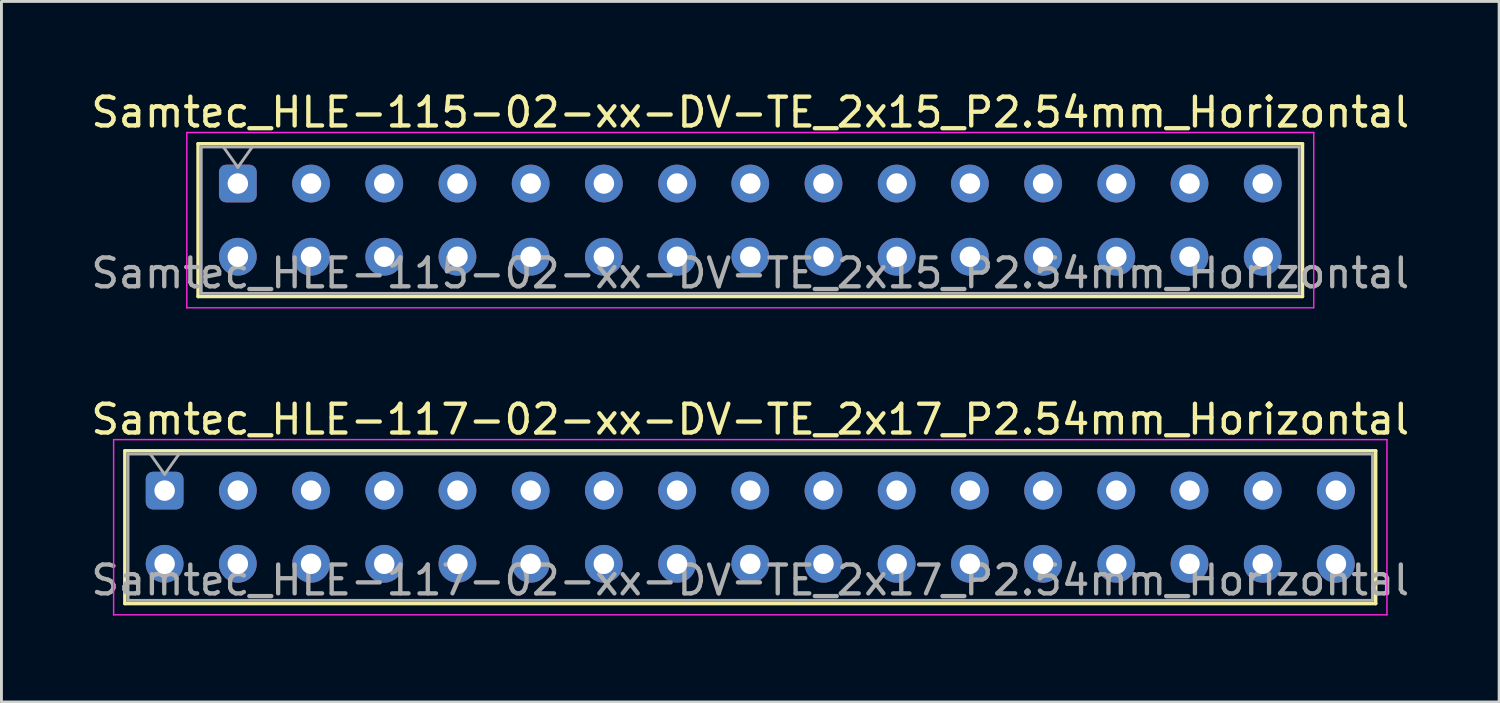
<source format=kicad_pcb>
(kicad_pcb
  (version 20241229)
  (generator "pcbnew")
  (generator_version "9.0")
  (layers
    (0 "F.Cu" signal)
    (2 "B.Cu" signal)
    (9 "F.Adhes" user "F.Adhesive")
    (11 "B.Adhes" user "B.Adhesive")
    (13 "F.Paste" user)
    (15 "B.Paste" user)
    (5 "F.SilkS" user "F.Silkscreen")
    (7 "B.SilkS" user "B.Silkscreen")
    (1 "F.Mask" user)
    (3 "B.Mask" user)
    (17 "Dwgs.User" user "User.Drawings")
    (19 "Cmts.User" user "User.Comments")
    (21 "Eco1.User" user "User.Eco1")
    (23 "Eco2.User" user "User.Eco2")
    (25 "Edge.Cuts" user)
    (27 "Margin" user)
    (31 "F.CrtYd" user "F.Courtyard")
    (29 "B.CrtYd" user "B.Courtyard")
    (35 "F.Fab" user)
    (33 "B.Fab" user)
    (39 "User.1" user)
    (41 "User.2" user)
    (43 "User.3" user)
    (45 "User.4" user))
  (footprint "Samtec_HLE-117-02-xx-DV-TE_2x17_P2.54mm_Horizontal"
    (layer "F.Cu")
    (at 2.662 13.972)
    (property "Reference" "Samtec_HLE-117-02-xx-DV-TE_2x17_P2.54mm_Horizontal" (at 20.32 -2.47 0) (layer "F.SilkS") (effects (font (size 1 1) (thickness 0.15))))
    (attr through_hole)
    (fp_line (start -1.38 -1.38) (end 42.02 -1.38) (stroke (width 0.12) (type solid)) (layer "F.SilkS"))
    (fp_line (start -1.38 3.92) (end -1.38 -1.38) (stroke (width 0.12) (type solid)) (layer "F.SilkS"))
    (fp_line (start 42.02 -1.38) (end 42.02 3.92) (stroke (width 0.12) (type solid)) (layer "F.SilkS"))
    (fp_line (start 42.02 3.92) (end -1.38 3.92) (stroke (width 0.12) (type solid)) (layer "F.SilkS"))
    (fp_line (start -1.77 -1.77) (end 42.41 -1.77) (stroke (width 0.05) (type solid)) (layer "F.CrtYd"))
    (fp_line (start -1.77 4.31) (end -1.77 -1.77) (stroke (width 0.05) (type solid)) (layer "F.CrtYd"))
    (fp_line (start 42.41 -1.77) (end 42.41 4.31) (stroke (width 0.05) (type solid)) (layer "F.CrtYd"))
    (fp_line (start 42.41 4.31) (end -1.77 4.31) (stroke (width 0.05) (type solid)) (layer "F.CrtYd"))
    (fp_line (start -1.27 -1.27) (end 41.91 -1.27) (stroke (width 0.1) (type solid)) (layer "F.Fab"))
    (fp_line (start -1.27 3.81) (end -1.27 -1.27) (stroke (width 0.1) (type solid)) (layer "F.Fab"))
    (fp_line (start -0.5 -1.27) (end 0 -0.563) (stroke (width 0.1) (type solid)) (layer "F.Fab"))
    (fp_line (start 0 -0.563) (end 0.5 -1.27) (stroke (width 0.1) (type solid)) (layer "F.Fab"))
    (fp_line (start 41.91 -1.27) (end 41.91 3.81) (stroke (width 0.1) (type solid)) (layer "F.Fab"))
    (fp_line (start 41.91 3.81) (end -1.27 3.81) (stroke (width 0.1) (type solid)) (layer "F.Fab"))
    (fp_text user "${REFERENCE}" (at 20.32 3.11 0) (layer "F.Fab") (effects (font (size 1 1) (thickness 0.15))))
    (pad "1" thru_hole roundrect (at 0 0) (size 1.31 1.31) (drill 0.71) (layers "*.Cu" "*.Mask") (roundrect_rratio 0.191))
    (pad "2" thru_hole circle (at 0 2.54) (size 1.31 1.31) (drill 0.71) (layers "*.Cu" "*.Mask"))
    (pad "3" thru_hole circle (at 2.54 0) (size 1.31 1.31) (drill 0.71) (layers "*.Cu" "*.Mask"))
    (pad "4" thru_hole circle (at 2.54 2.54) (size 1.31 1.31) (drill 0.71) (layers "*.Cu" "*.Mask"))
    (pad "5" thru_hole circle (at 5.08 0) (size 1.31 1.31) (drill 0.71) (layers "*.Cu" "*.Mask"))
    (pad "6" thru_hole circle (at 5.08 2.54) (size 1.31 1.31) (drill 0.71) (layers "*.Cu" "*.Mask"))
    (pad "7" thru_hole circle (at 7.62 0) (size 1.31 1.31) (drill 0.71) (layers "*.Cu" "*.Mask"))
    (pad "8" thru_hole circle (at 7.62 2.54) (size 1.31 1.31) (drill 0.71) (layers "*.Cu" "*.Mask"))
    (pad "9" thru_hole circle (at 10.16 0) (size 1.31 1.31) (drill 0.71) (layers "*.Cu" "*.Mask"))
    (pad "10" thru_hole circle (at 10.16 2.54) (size 1.31 1.31) (drill 0.71) (layers "*.Cu" "*.Mask"))
    (pad "11" thru_hole circle (at 12.7 0) (size 1.31 1.31) (drill 0.71) (layers "*.Cu" "*.Mask"))
    (pad "12" thru_hole circle (at 12.7 2.54) (size 1.31 1.31) (drill 0.71) (layers "*.Cu" "*.Mask"))
    (pad "13" thru_hole circle (at 15.24 0) (size 1.31 1.31) (drill 0.71) (layers "*.Cu" "*.Mask"))
    (pad "14" thru_hole circle (at 15.24 2.54) (size 1.31 1.31) (drill 0.71) (layers "*.Cu" "*.Mask"))
    (pad "15" thru_hole circle (at 17.78 0) (size 1.31 1.31) (drill 0.71) (layers "*.Cu" "*.Mask"))
    (pad "16" thru_hole circle (at 17.78 2.54) (size 1.31 1.31) (drill 0.71) (layers "*.Cu" "*.Mask"))
    (pad "17" thru_hole circle (at 20.32 0) (size 1.31 1.31) (drill 0.71) (layers "*.Cu" "*.Mask"))
    (pad "18" thru_hole circle (at 20.32 2.54) (size 1.31 1.31) (drill 0.71) (layers "*.Cu" "*.Mask"))
    (pad "19" thru_hole circle (at 22.86 0) (size 1.31 1.31) (drill 0.71) (layers "*.Cu" "*.Mask"))
    (pad "20" thru_hole circle (at 22.86 2.54) (size 1.31 1.31) (drill 0.71) (layers "*.Cu" "*.Mask"))
    (pad "21" thru_hole circle (at 25.4 0) (size 1.31 1.31) (drill 0.71) (layers "*.Cu" "*.Mask"))
    (pad "22" thru_hole circle (at 25.4 2.54) (size 1.31 1.31) (drill 0.71) (layers "*.Cu" "*.Mask"))
    (pad "23" thru_hole circle (at 27.94 0) (size 1.31 1.31) (drill 0.71) (layers "*.Cu" "*.Mask"))
    (pad "24" thru_hole circle (at 27.94 2.54) (size 1.31 1.31) (drill 0.71) (layers "*.Cu" "*.Mask"))
    (pad "25" thru_hole circle (at 30.48 0) (size 1.31 1.31) (drill 0.71) (layers "*.Cu" "*.Mask"))
    (pad "26" thru_hole circle (at 30.48 2.54) (size 1.31 1.31) (drill 0.71) (layers "*.Cu" "*.Mask"))
    (pad "27" thru_hole circle (at 33.02 0) (size 1.31 1.31) (drill 0.71) (layers "*.Cu" "*.Mask"))
    (pad "28" thru_hole circle (at 33.02 2.54) (size 1.31 1.31) (drill 0.71) (layers "*.Cu" "*.Mask"))
    (pad "29" thru_hole circle (at 35.56 0) (size 1.31 1.31) (drill 0.71) (layers "*.Cu" "*.Mask"))
    (pad "30" thru_hole circle (at 35.56 2.54) (size 1.31 1.31) (drill 0.71) (layers "*.Cu" "*.Mask"))
    (pad "31" thru_hole circle (at 38.1 0) (size 1.31 1.31) (drill 0.71) (layers "*.Cu" "*.Mask"))
    (pad "32" thru_hole circle (at 38.1 2.54) (size 1.31 1.31) (drill 0.71) (layers "*.Cu" "*.Mask"))
    (pad "33" thru_hole circle (at 40.64 0) (size 1.31 1.31) (drill 0.71) (layers "*.Cu" "*.Mask"))
    (pad "34" thru_hole circle (at 40.64 2.54) (size 1.31 1.31) (drill 0.71) (layers "*.Cu" "*.Mask")))
  (footprint "Samtec_HLE-115-02-xx-DV-TE_2x15_P2.54mm_Horizontal"
    (layer "F.Cu")
    (at 5.202 3.318)
    (property "Reference" "Samtec_HLE-115-02-xx-DV-TE_2x15_P2.54mm_Horizontal" (at 17.78 -2.47 0) (layer "F.SilkS") (effects (font (size 1 1) (thickness 0.15))))
    (attr through_hole)
    (fp_line (start -1.38 -1.38) (end 36.94 -1.38) (stroke (width 0.12) (type solid)) (layer "F.SilkS"))
    (fp_line (start -1.38 3.92) (end -1.38 -1.38) (stroke (width 0.12) (type solid)) (layer "F.SilkS"))
    (fp_line (start 36.94 -1.38) (end 36.94 3.92) (stroke (width 0.12) (type solid)) (layer "F.SilkS"))
    (fp_line (start 36.94 3.92) (end -1.38 3.92) (stroke (width 0.12) (type solid)) (layer "F.SilkS"))
    (fp_line (start -1.77 -1.77) (end 37.33 -1.77) (stroke (width 0.05) (type solid)) (layer "F.CrtYd"))
    (fp_line (start -1.77 4.31) (end -1.77 -1.77) (stroke (width 0.05) (type solid)) (layer "F.CrtYd"))
    (fp_line (start 37.33 -1.77) (end 37.33 4.31) (stroke (width 0.05) (type solid)) (layer "F.CrtYd"))
    (fp_line (start 37.33 4.31) (end -1.77 4.31) (stroke (width 0.05) (type solid)) (layer "F.CrtYd"))
    (fp_line (start -1.27 -1.27) (end 36.83 -1.27) (stroke (width 0.1) (type solid)) (layer "F.Fab"))
    (fp_line (start -1.27 3.81) (end -1.27 -1.27) (stroke (width 0.1) (type solid)) (layer "F.Fab"))
    (fp_line (start -0.5 -1.27) (end 0 -0.563) (stroke (width 0.1) (type solid)) (layer "F.Fab"))
    (fp_line (start 0 -0.563) (end 0.5 -1.27) (stroke (width 0.1) (type solid)) (layer "F.Fab"))
    (fp_line (start 36.83 -1.27) (end 36.83 3.81) (stroke (width 0.1) (type solid)) (layer "F.Fab"))
    (fp_line (start 36.83 3.81) (end -1.27 3.81) (stroke (width 0.1) (type solid)) (layer "F.Fab"))
    (fp_text user "${REFERENCE}" (at 17.78 3.11 0) (layer "F.Fab") (effects (font (size 1 1) (thickness 0.15))))
    (pad "1" thru_hole roundrect (at 0 0) (size 1.31 1.31) (drill 0.71) (layers "*.Cu" "*.Mask") (roundrect_rratio 0.191))
    (pad "2" thru_hole circle (at 0 2.54) (size 1.31 1.31) (drill 0.71) (layers "*.Cu" "*.Mask"))
    (pad "3" thru_hole circle (at 2.54 0) (size 1.31 1.31) (drill 0.71) (layers "*.Cu" "*.Mask"))
    (pad "4" thru_hole circle (at 2.54 2.54) (size 1.31 1.31) (drill 0.71) (layers "*.Cu" "*.Mask"))
    (pad "5" thru_hole circle (at 5.08 0) (size 1.31 1.31) (drill 0.71) (layers "*.Cu" "*.Mask"))
    (pad "6" thru_hole circle (at 5.08 2.54) (size 1.31 1.31) (drill 0.71) (layers "*.Cu" "*.Mask"))
    (pad "7" thru_hole circle (at 7.62 0) (size 1.31 1.31) (drill 0.71) (layers "*.Cu" "*.Mask"))
    (pad "8" thru_hole circle (at 7.62 2.54) (size 1.31 1.31) (drill 0.71) (layers "*.Cu" "*.Mask"))
    (pad "9" thru_hole circle (at 10.16 0) (size 1.31 1.31) (drill 0.71) (layers "*.Cu" "*.Mask"))
    (pad "10" thru_hole circle (at 10.16 2.54) (size 1.31 1.31) (drill 0.71) (layers "*.Cu" "*.Mask"))
    (pad "11" thru_hole circle (at 12.7 0) (size 1.31 1.31) (drill 0.71) (layers "*.Cu" "*.Mask"))
    (pad "12" thru_hole circle (at 12.7 2.54) (size 1.31 1.31) (drill 0.71) (layers "*.Cu" "*.Mask"))
    (pad "13" thru_hole circle (at 15.24 0) (size 1.31 1.31) (drill 0.71) (layers "*.Cu" "*.Mask"))
    (pad "14" thru_hole circle (at 15.24 2.54) (size 1.31 1.31) (drill 0.71) (layers "*.Cu" "*.Mask"))
    (pad "15" thru_hole circle (at 17.78 0) (size 1.31 1.31) (drill 0.71) (layers "*.Cu" "*.Mask"))
    (pad "16" thru_hole circle (at 17.78 2.54) (size 1.31 1.31) (drill 0.71) (layers "*.Cu" "*.Mask"))
    (pad "17" thru_hole circle (at 20.32 0) (size 1.31 1.31) (drill 0.71) (layers "*.Cu" "*.Mask"))
    (pad "18" thru_hole circle (at 20.32 2.54) (size 1.31 1.31) (drill 0.71) (layers "*.Cu" "*.Mask"))
    (pad "19" thru_hole circle (at 22.86 0) (size 1.31 1.31) (drill 0.71) (layers "*.Cu" "*.Mask"))
    (pad "20" thru_hole circle (at 22.86 2.54) (size 1.31 1.31) (drill 0.71) (layers "*.Cu" "*.Mask"))
    (pad "21" thru_hole circle (at 25.4 0) (size 1.31 1.31) (drill 0.71) (layers "*.Cu" "*.Mask"))
    (pad "22" thru_hole circle (at 25.4 2.54) (size 1.31 1.31) (drill 0.71) (layers "*.Cu" "*.Mask"))
    (pad "23" thru_hole circle (at 27.94 0) (size 1.31 1.31) (drill 0.71) (layers "*.Cu" "*.Mask"))
    (pad "24" thru_hole circle (at 27.94 2.54) (size 1.31 1.31) (drill 0.71) (layers "*.Cu" "*.Mask"))
    (pad "25" thru_hole circle (at 30.48 0) (size 1.31 1.31) (drill 0.71) (layers "*.Cu" "*.Mask"))
    (pad "26" thru_hole circle (at 30.48 2.54) (size 1.31 1.31) (drill 0.71) (layers "*.Cu" "*.Mask"))
    (pad "27" thru_hole circle (at 33.02 0) (size 1.31 1.31) (drill 0.71) (layers "*.Cu" "*.Mask"))
    (pad "28" thru_hole circle (at 33.02 2.54) (size 1.31 1.31) (drill 0.71) (layers "*.Cu" "*.Mask"))
    (pad "29" thru_hole circle (at 35.56 0) (size 1.31 1.31) (drill 0.71) (layers "*.Cu" "*.Mask"))
    (pad "30" thru_hole circle (at 35.56 2.54) (size 1.31 1.31) (drill 0.71) (layers "*.Cu" "*.Mask")))
  (gr_rect
    (start -3 -3)
    (end 48.964 21.306)
    (stroke (width 0.1) (type default))
    (fill no)
    (layer "Edge.Cuts")))
</source>
